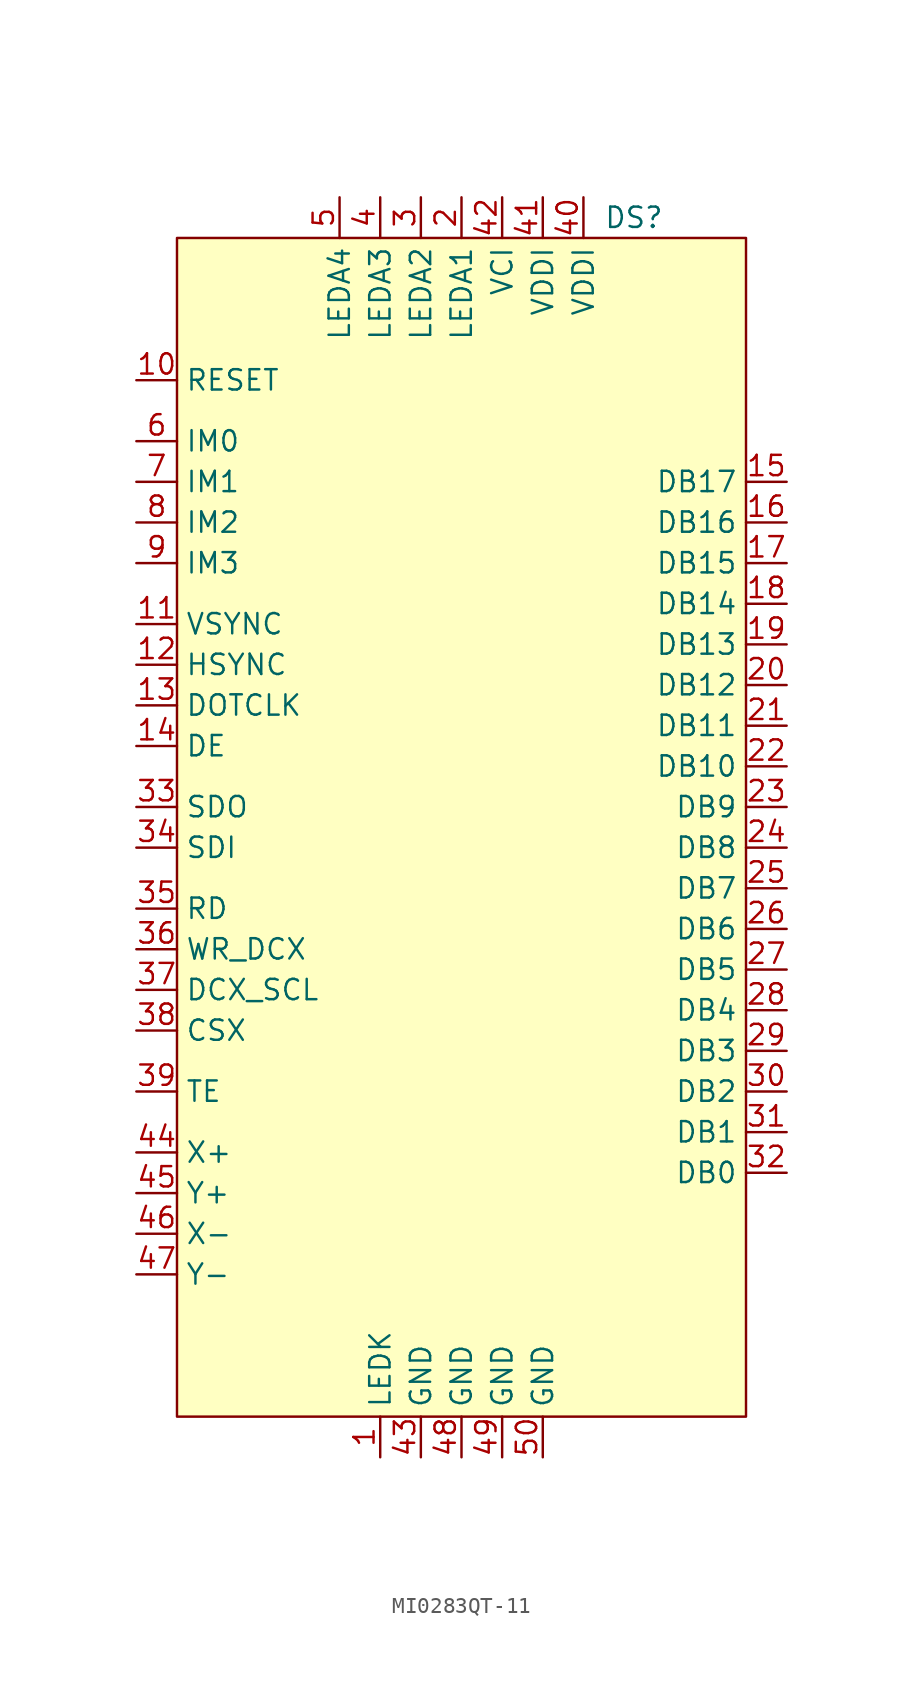
<source format=kicad_sym>
(kicad_symbol_lib
  (version 20220914)
  (generator kicad_symbol_editor)
  (symbol "MI0283QT-11"
    (property "Reference" "DS"
      (at 26.67 1.27 0)
      (effects (font (size 1.27 1.27)) (justify left)))
    (property "Value" ""
      (at 3.81 -12.7 0)
      (effects (font (size 1.27 1.27))))
    (symbol "MI0283QT-11_0_1"
      (rectangle (start 0 0) (end 35.56 -73.66) (stroke (width 0) (type default)) (fill (type background))))
    (symbol "MI0283QT-11_1_1"
      (pin power_in line (at 12.7 -76.2 90) (length 2.54) (name "LEDK" (effects (font (size 1.27 1.27)))) (number "1" (effects (font (size 1.27 1.27)))))
      (pin input line (at -2.54 -8.89 0) (length 2.54) (name "RESET" (effects (font (size 1.27 1.27)))) (number "10" (effects (font (size 1.27 1.27)))))
      (pin bidirectional line (at -2.54 -24.13 0) (length 2.54) (name "VSYNC" (effects (font (size 1.27 1.27)))) (number "11" (effects (font (size 1.27 1.27)))))
      (pin bidirectional line (at -2.54 -26.67 0) (length 2.54) (name "HSYNC" (effects (font (size 1.27 1.27)))) (number "12" (effects (font (size 1.27 1.27)))))
      (pin bidirectional line (at -2.54 -29.21 0) (length 2.54) (name "DOTCLK" (effects (font (size 1.27 1.27)))) (number "13" (effects (font (size 1.27 1.27)))))
      (pin bidirectional line (at -2.54 -31.75 0) (length 2.54) (name "DE" (effects (font (size 1.27 1.27)))) (number "14" (effects (font (size 1.27 1.27)))))
      (pin bidirectional line (at 38.1 -15.24 180) (length 2.54) (name "DB17" (effects (font (size 1.27 1.27)))) (number "15" (effects (font (size 1.27 1.27)))))
      (pin bidirectional line (at 38.1 -17.78 180) (length 2.54) (name "DB16" (effects (font (size 1.27 1.27)))) (number "16" (effects (font (size 1.27 1.27)))))
      (pin bidirectional line (at 38.1 -20.32 180) (length 2.54) (name "DB15" (effects (font (size 1.27 1.27)))) (number "17" (effects (font (size 1.27 1.27)))))
      (pin bidirectional line (at 38.1 -22.86 180) (length 2.54) (name "DB14" (effects (font (size 1.27 1.27)))) (number "18" (effects (font (size 1.27 1.27)))))
      (pin bidirectional line (at 38.1 -25.4 180) (length 2.54) (name "DB13" (effects (font (size 1.27 1.27)))) (number "19" (effects (font (size 1.27 1.27)))))
      (pin power_in line (at 17.78 2.54 270) (length 2.54) (name "LEDA1" (effects (font (size 1.27 1.27)))) (number "2" (effects (font (size 1.27 1.27)))))
      (pin bidirectional line (at 38.1 -27.94 180) (length 2.54) (name "DB12" (effects (font (size 1.27 1.27)))) (number "20" (effects (font (size 1.27 1.27)))))
      (pin bidirectional line (at 38.1 -30.48 180) (length 2.54) (name "DB11" (effects (font (size 1.27 1.27)))) (number "21" (effects (font (size 1.27 1.27)))))
      (pin bidirectional line (at 38.1 -33.02 180) (length 2.54) (name "DB10" (effects (font (size 1.27 1.27)))) (number "22" (effects (font (size 1.27 1.27)))))
      (pin bidirectional line (at 38.1 -35.56 180) (length 2.54) (name "DB9" (effects (font (size 1.27 1.27)))) (number "23" (effects (font (size 1.27 1.27)))))
      (pin bidirectional line (at 38.1 -38.1 180) (length 2.54) (name "DB8" (effects (font (size 1.27 1.27)))) (number "24" (effects (font (size 1.27 1.27)))))
      (pin bidirectional line (at 38.1 -40.64 180) (length 2.54) (name "DB7" (effects (font (size 1.27 1.27)))) (number "25" (effects (font (size 1.27 1.27)))))
      (pin bidirectional line (at 38.1 -43.18 180) (length 2.54) (name "DB6" (effects (font (size 1.27 1.27)))) (number "26" (effects (font (size 1.27 1.27)))))
      (pin bidirectional line (at 38.1 -45.72 180) (length 2.54) (name "DB5" (effects (font (size 1.27 1.27)))) (number "27" (effects (font (size 1.27 1.27)))))
      (pin bidirectional line (at 38.1 -48.26 180) (length 2.54) (name "DB4" (effects (font (size 1.27 1.27)))) (number "28" (effects (font (size 1.27 1.27)))))
      (pin bidirectional line (at 38.1 -50.8 180) (length 2.54) (name "DB3" (effects (font (size 1.27 1.27)))) (number "29" (effects (font (size 1.27 1.27)))))
      (pin power_in line (at 15.24 2.54 270) (length 2.54) (name "LEDA2" (effects (font (size 1.27 1.27)))) (number "3" (effects (font (size 1.27 1.27)))))
      (pin bidirectional line (at 38.1 -53.34 180) (length 2.54) (name "DB2" (effects (font (size 1.27 1.27)))) (number "30" (effects (font (size 1.27 1.27)))))
      (pin bidirectional line (at 38.1 -55.88 180) (length 2.54) (name "DB1" (effects (font (size 1.27 1.27)))) (number "31" (effects (font (size 1.27 1.27)))))
      (pin bidirectional line (at 38.1 -58.42 180) (length 2.54) (name "DB0" (effects (font (size 1.27 1.27)))) (number "32" (effects (font (size 1.27 1.27)))))
      (pin bidirectional line (at -2.54 -35.56 0) (length 2.54) (name "SDO" (effects (font (size 1.27 1.27)))) (number "33" (effects (font (size 1.27 1.27)))))
      (pin bidirectional line (at -2.54 -38.1 0) (length 2.54) (name "SDI" (effects (font (size 1.27 1.27)))) (number "34" (effects (font (size 1.27 1.27)))))
      (pin bidirectional line (at -2.54 -41.91 0) (length 2.54) (name "RD" (effects (font (size 1.27 1.27)))) (number "35" (effects (font (size 1.27 1.27)))))
      (pin bidirectional line (at -2.54 -44.45 0) (length 2.54) (name "WR_DCX" (effects (font (size 1.27 1.27)))) (number "36" (effects (font (size 1.27 1.27)))))
      (pin bidirectional line (at -2.54 -46.99 0) (length 2.54) (name "DCX_SCL" (effects (font (size 1.27 1.27)))) (number "37" (effects (font (size 1.27 1.27)))))
      (pin bidirectional line (at -2.54 -49.53 0) (length 2.54) (name "CSX" (effects (font (size 1.27 1.27)))) (number "38" (effects (font (size 1.27 1.27)))))
      (pin bidirectional line (at -2.54 -53.34 0) (length 2.54) (name "TE" (effects (font (size 1.27 1.27)))) (number "39" (effects (font (size 1.27 1.27)))))
      (pin power_in line (at 12.7 2.54 270) (length 2.54) (name "LEDA3" (effects (font (size 1.27 1.27)))) (number "4" (effects (font (size 1.27 1.27)))))
      (pin power_in line (at 25.4 2.54 270) (length 2.54) (name "VDDI" (effects (font (size 1.27 1.27)))) (number "40" (effects (font (size 1.27 1.27)))))
      (pin power_in line (at 22.86 2.54 270) (length 2.54) (name "VDDI" (effects (font (size 1.27 1.27)))) (number "41" (effects (font (size 1.27 1.27)))))
      (pin power_in line (at 20.32 2.54 270) (length 2.54) (name "VCI" (effects (font (size 1.27 1.27)))) (number "42" (effects (font (size 1.27 1.27)))))
      (pin power_in line (at 15.24 -76.2 90) (length 2.54) (name "GND" (effects (font (size 1.27 1.27)))) (number "43" (effects (font (size 1.27 1.27)))))
      (pin output line (at -2.54 -57.15 0) (length 2.54) (name "X+" (effects (font (size 1.27 1.27)))) (number "44" (effects (font (size 1.27 1.27)))))
      (pin output line (at -2.54 -59.69 0) (length 2.54) (name "Y+" (effects (font (size 1.27 1.27)))) (number "45" (effects (font (size 1.27 1.27)))))
      (pin output line (at -2.54 -62.23 0) (length 2.54) (name "X-" (effects (font (size 1.27 1.27)))) (number "46" (effects (font (size 1.27 1.27)))))
      (pin output line (at -2.54 -64.77 0) (length 2.54) (name "Y-" (effects (font (size 1.27 1.27)))) (number "47" (effects (font (size 1.27 1.27)))))
      (pin power_in line (at 17.78 -76.2 90) (length 2.54) (name "GND" (effects (font (size 1.27 1.27)))) (number "48" (effects (font (size 1.27 1.27)))))
      (pin power_in line (at 20.32 -76.2 90) (length 2.54) (name "GND" (effects (font (size 1.27 1.27)))) (number "49" (effects (font (size 1.27 1.27)))))
      (pin power_in line (at 10.16 2.54 270) (length 2.54) (name "LEDA4" (effects (font (size 1.27 1.27)))) (number "5" (effects (font (size 1.27 1.27)))))
      (pin power_in line (at 22.86 -76.2 90) (length 2.54) (name "GND" (effects (font (size 1.27 1.27)))) (number "50" (effects (font (size 1.27 1.27)))))
      (pin input line (at -2.54 -12.7 0) (length 2.54) (name "IM0" (effects (font (size 1.27 1.27)))) (number "6" (effects (font (size 1.27 1.27)))))
      (pin input line (at -2.54 -15.24 0) (length 2.54) (name "IM1" (effects (font (size 1.27 1.27)))) (number "7" (effects (font (size 1.27 1.27)))))
      (pin input line (at -2.54 -17.78 0) (length 2.54) (name "IM2" (effects (font (size 1.27 1.27)))) (number "8" (effects (font (size 1.27 1.27)))))
      (pin input line (at -2.54 -20.32 0) (length 2.54) (name "IM3" (effects (font (size 1.27 1.27)))) (number "9" (effects (font (size 1.27 1.27))))))))
</source>
